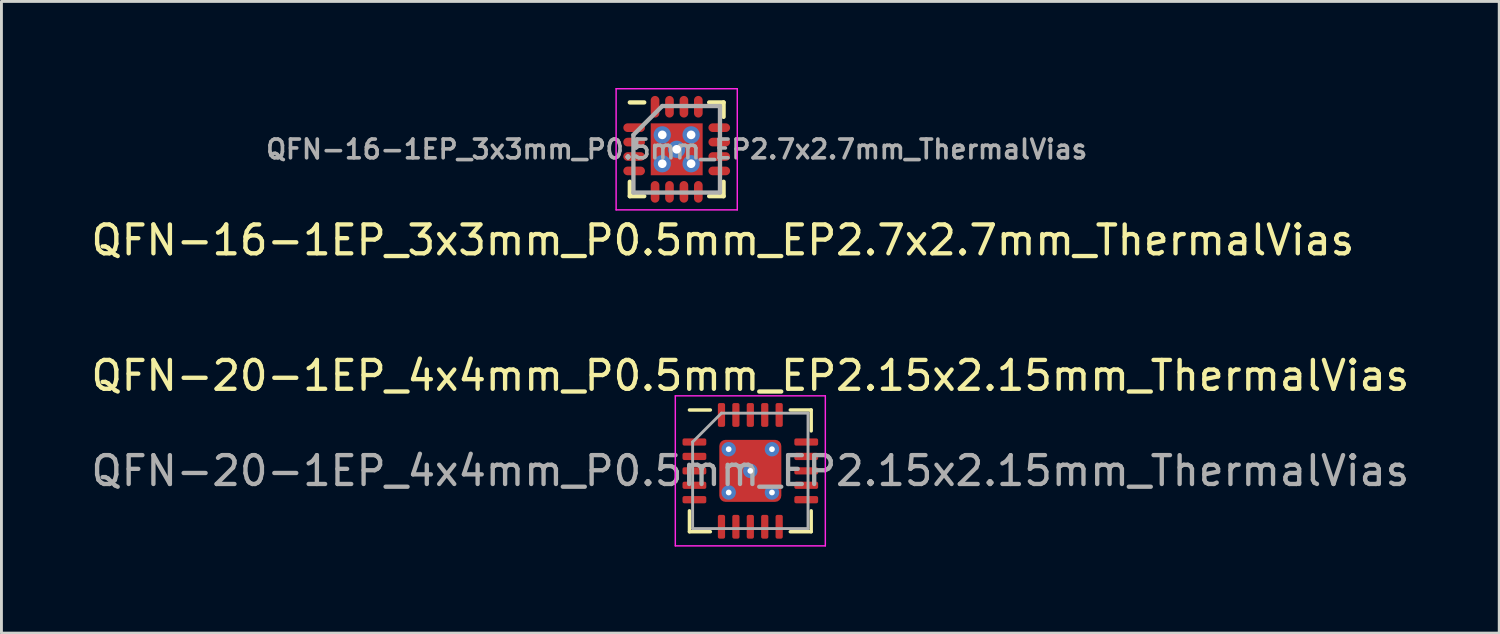
<source format=kicad_pcb>
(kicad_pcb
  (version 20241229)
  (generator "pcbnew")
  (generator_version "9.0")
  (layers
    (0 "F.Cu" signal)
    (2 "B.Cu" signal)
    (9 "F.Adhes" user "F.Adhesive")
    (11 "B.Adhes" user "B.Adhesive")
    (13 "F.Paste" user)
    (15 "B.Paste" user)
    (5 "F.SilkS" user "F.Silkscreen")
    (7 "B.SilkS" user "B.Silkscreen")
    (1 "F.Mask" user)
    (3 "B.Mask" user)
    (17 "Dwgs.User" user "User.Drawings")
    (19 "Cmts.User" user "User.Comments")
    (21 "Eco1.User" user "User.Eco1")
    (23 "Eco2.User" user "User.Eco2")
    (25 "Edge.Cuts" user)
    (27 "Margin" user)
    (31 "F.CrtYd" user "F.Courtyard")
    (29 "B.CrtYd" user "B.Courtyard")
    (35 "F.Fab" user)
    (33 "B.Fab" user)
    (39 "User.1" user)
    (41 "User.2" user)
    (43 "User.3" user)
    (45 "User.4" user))
  (footprint "QFN-16-1EP_3x3mm_P0.5mm_EP2.7x2.7mm_ThermalVias"
    (layer "F.Cu")
    (at 20.406 2.125)
    (property "Reference" "QFN-16-1EP_3x3mm_P0.5mm_EP2.7x2.7mm_ThermalVias" (at 1.6 3.15 0) (layer "F.SilkS") (effects (font (size 1 1) (thickness 0.15))))
    (attr smd)
    (fp_line (start -1.625 -1.625) (end -1.125 -1.625) (stroke (width 0.15) (type solid)) (layer "F.SilkS"))
    (fp_line (start -1.625 1.625) (end -1.625 1.125) (stroke (width 0.15) (type solid)) (layer "F.SilkS"))
    (fp_line (start -1.625 1.625) (end -1.125 1.625) (stroke (width 0.15) (type solid)) (layer "F.SilkS"))
    (fp_line (start 1.625 -1.625) (end 1.125 -1.625) (stroke (width 0.15) (type solid)) (layer "F.SilkS"))
    (fp_line (start 1.625 -1.625) (end 1.625 -1.125) (stroke (width 0.15) (type solid)) (layer "F.SilkS"))
    (fp_line (start 1.625 1.625) (end 1.125 1.625) (stroke (width 0.15) (type solid)) (layer "F.SilkS"))
    (fp_line (start 1.625 1.625) (end 1.625 1.125) (stroke (width 0.15) (type solid)) (layer "F.SilkS"))
    (fp_line (start -2.1 -2.1) (end -2.1 2.1) (stroke (width 0.05) (type solid)) (layer "F.CrtYd"))
    (fp_line (start -2.1 -2.1) (end 2.1 -2.1) (stroke (width 0.05) (type solid)) (layer "F.CrtYd"))
    (fp_line (start -2.1 2.1) (end 2.1 2.1) (stroke (width 0.05) (type solid)) (layer "F.CrtYd"))
    (fp_line (start 2.1 -2.1) (end 2.1 2.1) (stroke (width 0.05) (type solid)) (layer "F.CrtYd"))
    (fp_line (start -1.5 -0.5) (end -0.5 -1.5) (stroke (width 0.15) (type solid)) (layer "F.Fab"))
    (fp_line (start -1.5 1.5) (end -1.5 -0.5) (stroke (width 0.15) (type solid)) (layer "F.Fab"))
    (fp_line (start -0.5 -1.5) (end 1.5 -1.5) (stroke (width 0.15) (type solid)) (layer "F.Fab"))
    (fp_line (start 1.5 -1.5) (end 1.5 1.5) (stroke (width 0.15) (type solid)) (layer "F.Fab"))
    (fp_line (start 1.5 1.5) (end -1.5 1.5) (stroke (width 0.15) (type solid)) (layer "F.Fab"))
    (fp_text user "${REFERENCE}" (at 0 0 0) (layer "F.Fab") (effects (font (size 0.65 0.65) (thickness 0.125))))
    (pad "" smd rect (at -0.5 -0.5) (size 0.73 0.73) (layers "F.Paste"))
    (pad "" smd rect (at -0.5 0.5) (size 0.73 0.73) (layers "F.Paste"))
    (pad "" smd rect (at 0.5 -0.5) (size 0.73 0.73) (layers "F.Paste"))
    (pad "" smd rect (at 0.5 0.5) (size 0.73 0.73) (layers "F.Paste"))
    (pad "1" smd oval (at -1.475 -0.75) (size 0.75 0.3) (layers "F.Cu" "F.Mask" "F.Paste"))
    (pad "2" smd oval (at -1.475 -0.25) (size 0.75 0.3) (layers "F.Cu" "F.Mask" "F.Paste"))
    (pad "3" smd oval (at -1.475 0.25) (size 0.75 0.3) (layers "F.Cu" "F.Mask" "F.Paste"))
    (pad "4" smd oval (at -1.475 0.75) (size 0.75 0.3) (layers "F.Cu" "F.Mask" "F.Paste"))
    (pad "5" smd oval (at -0.75 1.475 90) (size 0.75 0.3) (layers "F.Cu" "F.Mask" "F.Paste"))
    (pad "6" smd oval (at -0.25 1.475 90) (size 0.75 0.3) (layers "F.Cu" "F.Mask" "F.Paste"))
    (pad "7" smd oval (at 0.25 1.475 90) (size 0.75 0.3) (layers "F.Cu" "F.Mask" "F.Paste"))
    (pad "8" smd oval (at 0.75 1.475 90) (size 0.75 0.3) (layers "F.Cu" "F.Mask" "F.Paste"))
    (pad "9" smd oval (at 1.475 0.75) (size 0.75 0.3) (layers "F.Cu" "F.Mask" "F.Paste"))
    (pad "10" smd oval (at 1.475 0.25) (size 0.75 0.3) (layers "F.Cu" "F.Mask" "F.Paste"))
    (pad "11" smd oval (at 1.475 -0.25) (size 0.75 0.3) (layers "F.Cu" "F.Mask" "F.Paste"))
    (pad "12" smd oval (at 1.475 -0.75) (size 0.75 0.3) (layers "F.Cu" "F.Mask" "F.Paste"))
    (pad "13" smd oval (at 0.75 -1.475 90) (size 0.75 0.3) (layers "F.Cu" "F.Mask" "F.Paste"))
    (pad "14" smd oval (at 0.25 -1.475 90) (size 0.75 0.3) (layers "F.Cu" "F.Mask" "F.Paste"))
    (pad "15" smd oval (at -0.25 -1.475 90) (size 0.75 0.3) (layers "F.Cu" "F.Mask" "F.Paste"))
    (pad "16" smd oval (at -0.75 -1.475 90) (size 0.75 0.3) (layers "F.Cu" "F.Mask" "F.Paste"))
    (pad "17" thru_hole circle (at -0.5 -0.5) (size 0.6 0.6) (drill 0.3) (layers "*.Cu"))
    (pad "17" thru_hole circle (at -0.5 0.5) (size 0.6 0.6) (drill 0.3) (layers "*.Cu"))
    (pad "17" thru_hole circle (at 0 0) (size 0.6 0.6) (drill 0.3) (layers "*.Cu"))
    (pad "17" smd rect (at 0 0) (size 1.8 1.8) (layers "F.Cu" "F.Mask"))
    (pad "17" thru_hole circle (at 0.5 -0.5) (size 0.6 0.6) (drill 0.3) (layers "*.Cu"))
    (pad "17" thru_hole circle (at 0.5 0.5) (size 0.6 0.6) (drill 0.3) (layers "*.Cu")))
  (footprint "QFN-20-1EP_4x4mm_P0.5mm_EP2.15x2.15mm_ThermalVias"
    (layer "F.Cu")
    (at 22.958 13.271)
    (property "Reference" "QFN-20-1EP_4x4mm_P0.5mm_EP2.15x2.15mm_ThermalVias" (at 0 -3.3 0) (layer "F.SilkS") (effects (font (size 1 1) (thickness 0.15))))
    (attr smd)
    (fp_line (start -2.11 2.11) (end -2.11 1.385) (stroke (width 0.12) (type solid)) (layer "F.SilkS"))
    (fp_line (start -1.385 -2.11) (end -2.11 -2.11) (stroke (width 0.12) (type solid)) (layer "F.SilkS"))
    (fp_line (start -1.385 2.11) (end -2.11 2.11) (stroke (width 0.12) (type solid)) (layer "F.SilkS"))
    (fp_line (start 1.385 -2.11) (end 2.11 -2.11) (stroke (width 0.12) (type solid)) (layer "F.SilkS"))
    (fp_line (start 1.385 2.11) (end 2.11 2.11) (stroke (width 0.12) (type solid)) (layer "F.SilkS"))
    (fp_line (start 2.11 -2.11) (end 2.11 -1.385) (stroke (width 0.12) (type solid)) (layer "F.SilkS"))
    (fp_line (start 2.11 2.11) (end 2.11 1.385) (stroke (width 0.12) (type solid)) (layer "F.SilkS"))
    (fp_line (start -2.6 -2.6) (end -2.6 2.6) (stroke (width 0.05) (type solid)) (layer "F.CrtYd"))
    (fp_line (start -2.6 2.6) (end 2.6 2.6) (stroke (width 0.05) (type solid)) (layer "F.CrtYd"))
    (fp_line (start 2.6 -2.6) (end -2.6 -2.6) (stroke (width 0.05) (type solid)) (layer "F.CrtYd"))
    (fp_line (start 2.6 2.6) (end 2.6 -2.6) (stroke (width 0.05) (type solid)) (layer "F.CrtYd"))
    (fp_line (start -2 -1) (end -1 -2) (stroke (width 0.1) (type solid)) (layer "F.Fab"))
    (fp_line (start -2 2) (end -2 -1) (stroke (width 0.1) (type solid)) (layer "F.Fab"))
    (fp_line (start -1 -2) (end 2 -2) (stroke (width 0.1) (type solid)) (layer "F.Fab"))
    (fp_line (start 2 -2) (end 2 2) (stroke (width 0.1) (type solid)) (layer "F.Fab"))
    (fp_line (start 2 2) (end -2 2) (stroke (width 0.1) (type solid)) (layer "F.Fab"))
    (fp_text user "${REFERENCE}" (at 0 0 0) (layer "F.Fab") (effects (font (size 1 1) (thickness 0.15))))
    (pad "" smd roundrect (at -0.5 -0.5) (size 0.8 0.8) (layers "F.Paste") (roundrect_rratio 0.231))
    (pad "" smd roundrect (at -0.5 0.5) (size 0.8 0.8) (layers "F.Paste") (roundrect_rratio 0.231))
    (pad "" smd roundrect (at 0.5 -0.5) (size 0.8 0.8) (layers "F.Paste") (roundrect_rratio 0.231))
    (pad "" smd roundrect (at 0.5 0.5) (size 0.8 0.8) (layers "F.Paste") (roundrect_rratio 0.231))
    (pad "1" smd roundrect (at -1.938 -1) (size 0.825 0.25) (layers "F.Cu" "F.Mask" "F.Paste") (roundrect_rratio 0.25))
    (pad "2" smd roundrect (at -1.938 -0.5) (size 0.825 0.25) (layers "F.Cu" "F.Mask" "F.Paste") (roundrect_rratio 0.25))
    (pad "3" smd roundrect (at -1.938 0) (size 0.825 0.25) (layers "F.Cu" "F.Mask" "F.Paste") (roundrect_rratio 0.25))
    (pad "4" smd roundrect (at -1.938 0.5) (size 0.825 0.25) (layers "F.Cu" "F.Mask" "F.Paste") (roundrect_rratio 0.25))
    (pad "5" smd roundrect (at -1.938 1) (size 0.825 0.25) (layers "F.Cu" "F.Mask" "F.Paste") (roundrect_rratio 0.25))
    (pad "6" smd roundrect (at -1 1.938) (size 0.25 0.825) (layers "F.Cu" "F.Mask" "F.Paste") (roundrect_rratio 0.25))
    (pad "7" smd roundrect (at -0.5 1.938) (size 0.25 0.825) (layers "F.Cu" "F.Mask" "F.Paste") (roundrect_rratio 0.25))
    (pad "8" smd roundrect (at 0 1.938) (size 0.25 0.825) (layers "F.Cu" "F.Mask" "F.Paste") (roundrect_rratio 0.25))
    (pad "9" smd roundrect (at 0.5 1.938) (size 0.25 0.825) (layers "F.Cu" "F.Mask" "F.Paste") (roundrect_rratio 0.25))
    (pad "10" smd roundrect (at 1 1.938) (size 0.25 0.825) (layers "F.Cu" "F.Mask" "F.Paste") (roundrect_rratio 0.25))
    (pad "11" smd roundrect (at 1.938 1) (size 0.825 0.25) (layers "F.Cu" "F.Mask" "F.Paste") (roundrect_rratio 0.25))
    (pad "12" smd roundrect (at 1.938 0.5) (size 0.825 0.25) (layers "F.Cu" "F.Mask" "F.Paste") (roundrect_rratio 0.25))
    (pad "13" smd roundrect (at 1.938 0) (size 0.825 0.25) (layers "F.Cu" "F.Mask" "F.Paste") (roundrect_rratio 0.25))
    (pad "14" smd roundrect (at 1.938 -0.5) (size 0.825 0.25) (layers "F.Cu" "F.Mask" "F.Paste") (roundrect_rratio 0.25))
    (pad "15" smd roundrect (at 1.938 -1) (size 0.825 0.25) (layers "F.Cu" "F.Mask" "F.Paste") (roundrect_rratio 0.25))
    (pad "16" smd roundrect (at 1 -1.938) (size 0.25 0.825) (layers "F.Cu" "F.Mask" "F.Paste") (roundrect_rratio 0.25))
    (pad "17" smd roundrect (at 0.5 -1.938) (size 0.25 0.825) (layers "F.Cu" "F.Mask" "F.Paste") (roundrect_rratio 0.25))
    (pad "18" smd roundrect (at 0 -1.938) (size 0.25 0.825) (layers "F.Cu" "F.Mask" "F.Paste") (roundrect_rratio 0.25))
    (pad "19" smd roundrect (at -0.5 -1.938) (size 0.25 0.825) (layers "F.Cu" "F.Mask" "F.Paste") (roundrect_rratio 0.25))
    (pad "20" smd roundrect (at -1 -1.938) (size 0.25 0.825) (layers "F.Cu" "F.Mask" "F.Paste") (roundrect_rratio 0.25))
    (pad "21" thru_hole circle (at -0.75 -0.75) (size 0.5 0.5) (drill 0.2) (layers "*.Cu"))
    (pad "21" thru_hole circle (at -0.75 0.75) (size 0.5 0.5) (drill 0.2) (layers "*.Cu"))
    (pad "21" thru_hole circle (at 0 0) (size 0.5 0.5) (drill 0.2) (layers "*.Cu"))
    (pad "21" smd roundrect (at 0 0) (size 2.15 2.15) (layers "F.Cu" "F.Mask") (roundrect_rratio 0.1))
    (pad "21" thru_hole circle (at 0.75 -0.75) (size 0.5 0.5) (drill 0.2) (layers "*.Cu"))
    (pad "21" thru_hole circle (at 0.75 0.75) (size 0.5 0.5) (drill 0.2) (layers "*.Cu")))
  (gr_rect
    (start -3 -3)
    (end 48.917 18.896)
    (stroke (width 0.1) (type default))
    (fill no)
    (layer "Edge.Cuts")))
</source>
